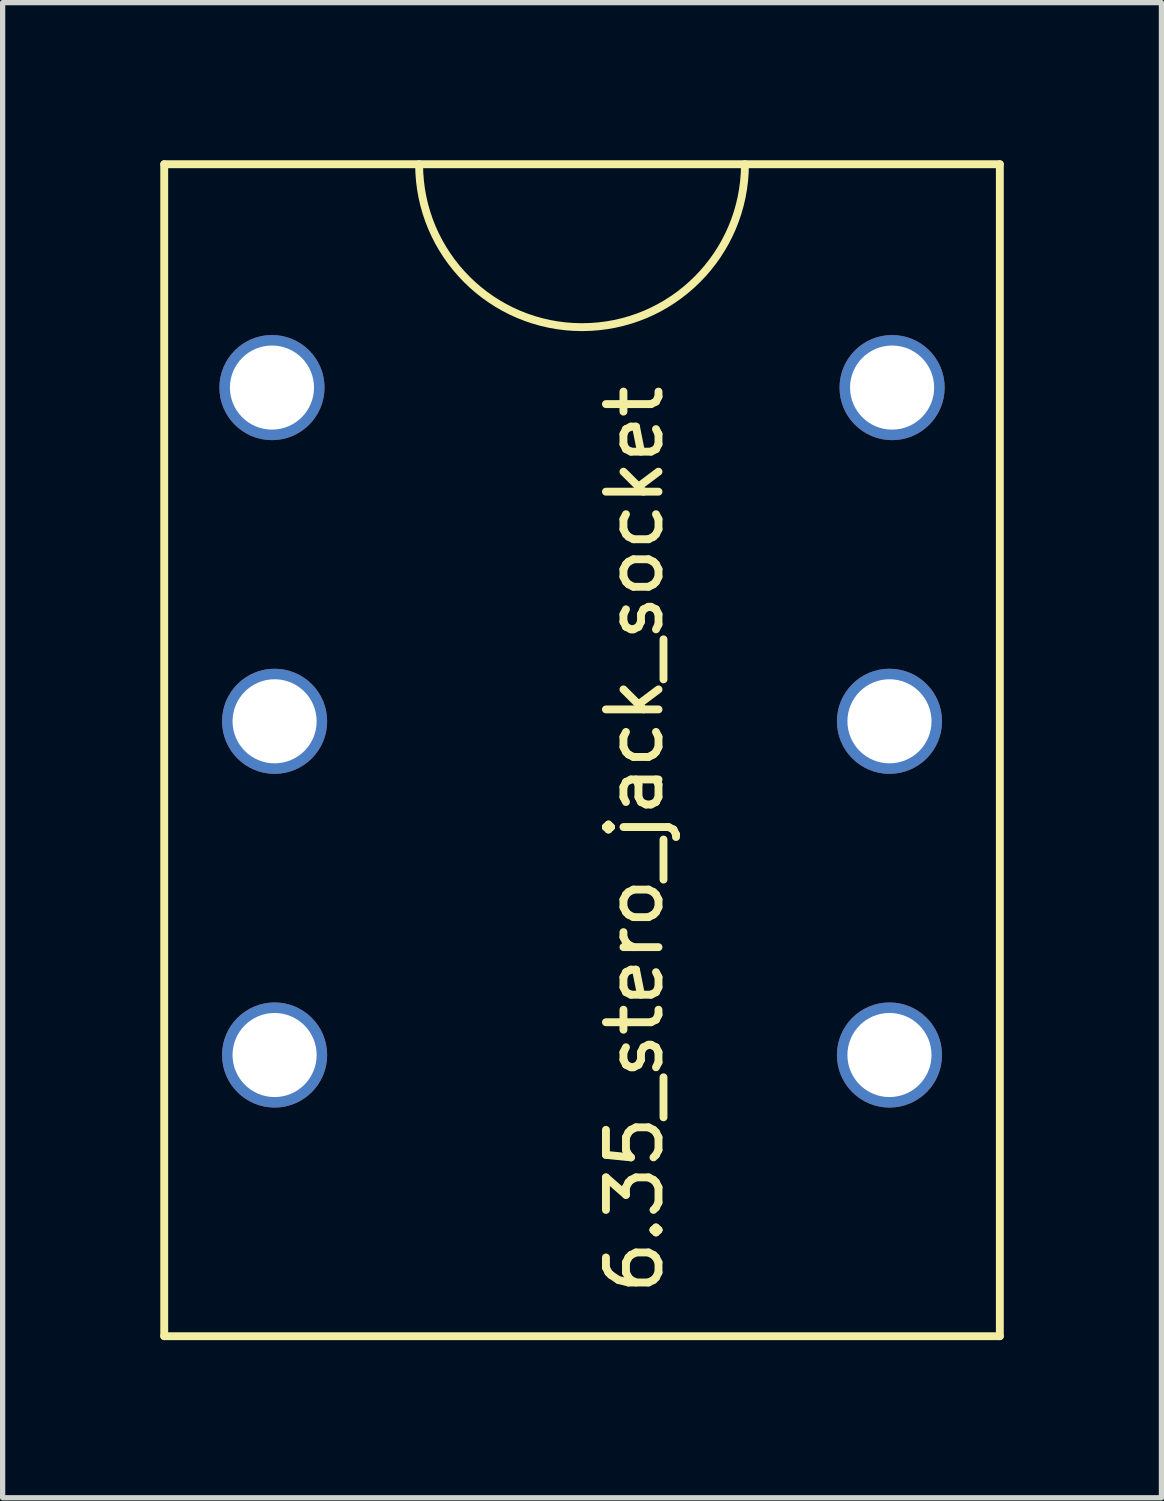
<source format=kicad_pcb>
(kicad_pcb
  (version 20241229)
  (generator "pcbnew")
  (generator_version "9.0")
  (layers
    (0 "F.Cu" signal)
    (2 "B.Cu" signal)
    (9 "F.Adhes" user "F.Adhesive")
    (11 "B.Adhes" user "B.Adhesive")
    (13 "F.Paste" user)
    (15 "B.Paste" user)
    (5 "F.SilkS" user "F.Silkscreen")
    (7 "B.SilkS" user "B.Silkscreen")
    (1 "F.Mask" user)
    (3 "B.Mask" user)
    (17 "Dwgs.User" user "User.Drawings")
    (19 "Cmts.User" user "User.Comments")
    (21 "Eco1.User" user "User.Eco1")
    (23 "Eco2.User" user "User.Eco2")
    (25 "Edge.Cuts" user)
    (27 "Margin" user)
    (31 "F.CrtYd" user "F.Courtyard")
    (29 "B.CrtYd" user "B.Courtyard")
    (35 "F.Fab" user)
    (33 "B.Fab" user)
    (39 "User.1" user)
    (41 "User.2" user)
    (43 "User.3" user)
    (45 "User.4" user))
  (footprint "6.35_stero_jack_socket"
    (layer "F.Cu")
    (at 8.025 10.675)
    (property "Reference" "6.35_stero_jack_socket" (at 1 2.25 90) (layer "F.SilkS") (effects (font (size 1 1) (thickness 0.15))))
    (attr through_hole)
    (fp_line (start -7.95 -10.6) (end 7.95 -10.6) (stroke (width 0.15) (type solid)) (layer "F.SilkS"))
    (fp_line (start -7.95 11.7) (end -7.95 -10.6) (stroke (width 0.15) (type solid)) (layer "F.SilkS"))
    (fp_line (start -7.95 11.7) (end 7.95 11.7) (stroke (width 0.15) (type solid)) (layer "F.SilkS"))
    (fp_line (start 7.95 11.7) (end 7.95 -10.6) (stroke (width 0.15) (type solid)) (layer "F.SilkS"))
    (fp_arc (start 3.1 -10.6) (mid 0 -7.5) (end -3.1 -10.6) (stroke (width 0.15) (type solid)) (layer "F.SilkS"))
    (pad "1" thru_hole circle (at -5.9 -6.35) (size 2 2) (drill 1.6) (layers "*.Cu" "*.Mask"))
    (pad "2" thru_hole circle (at -5.85 0) (size 2 2) (drill 1.6) (layers "*.Cu" "*.Mask"))
    (pad "3" thru_hole circle (at -5.85 6.35) (size 2 2) (drill 1.6) (layers "*.Cu" "*.Mask"))
    (pad "4" thru_hole circle (at 5.9 -6.35) (size 2 2) (drill 1.6) (layers "*.Cu" "*.Mask"))
    (pad "5" thru_hole circle (at 5.85 0) (size 2 2) (drill 1.6) (layers "*.Cu" "*.Mask"))
    (pad "6" thru_hole circle (at 5.85 6.35) (size 2 2) (drill 1.6) (layers "*.Cu" "*.Mask")))
  (gr_rect
    (start -3 -3)
    (end 19.05 25.45)
    (stroke (width 0.1) (type default))
    (fill no)
    (layer "Edge.Cuts")))
</source>
